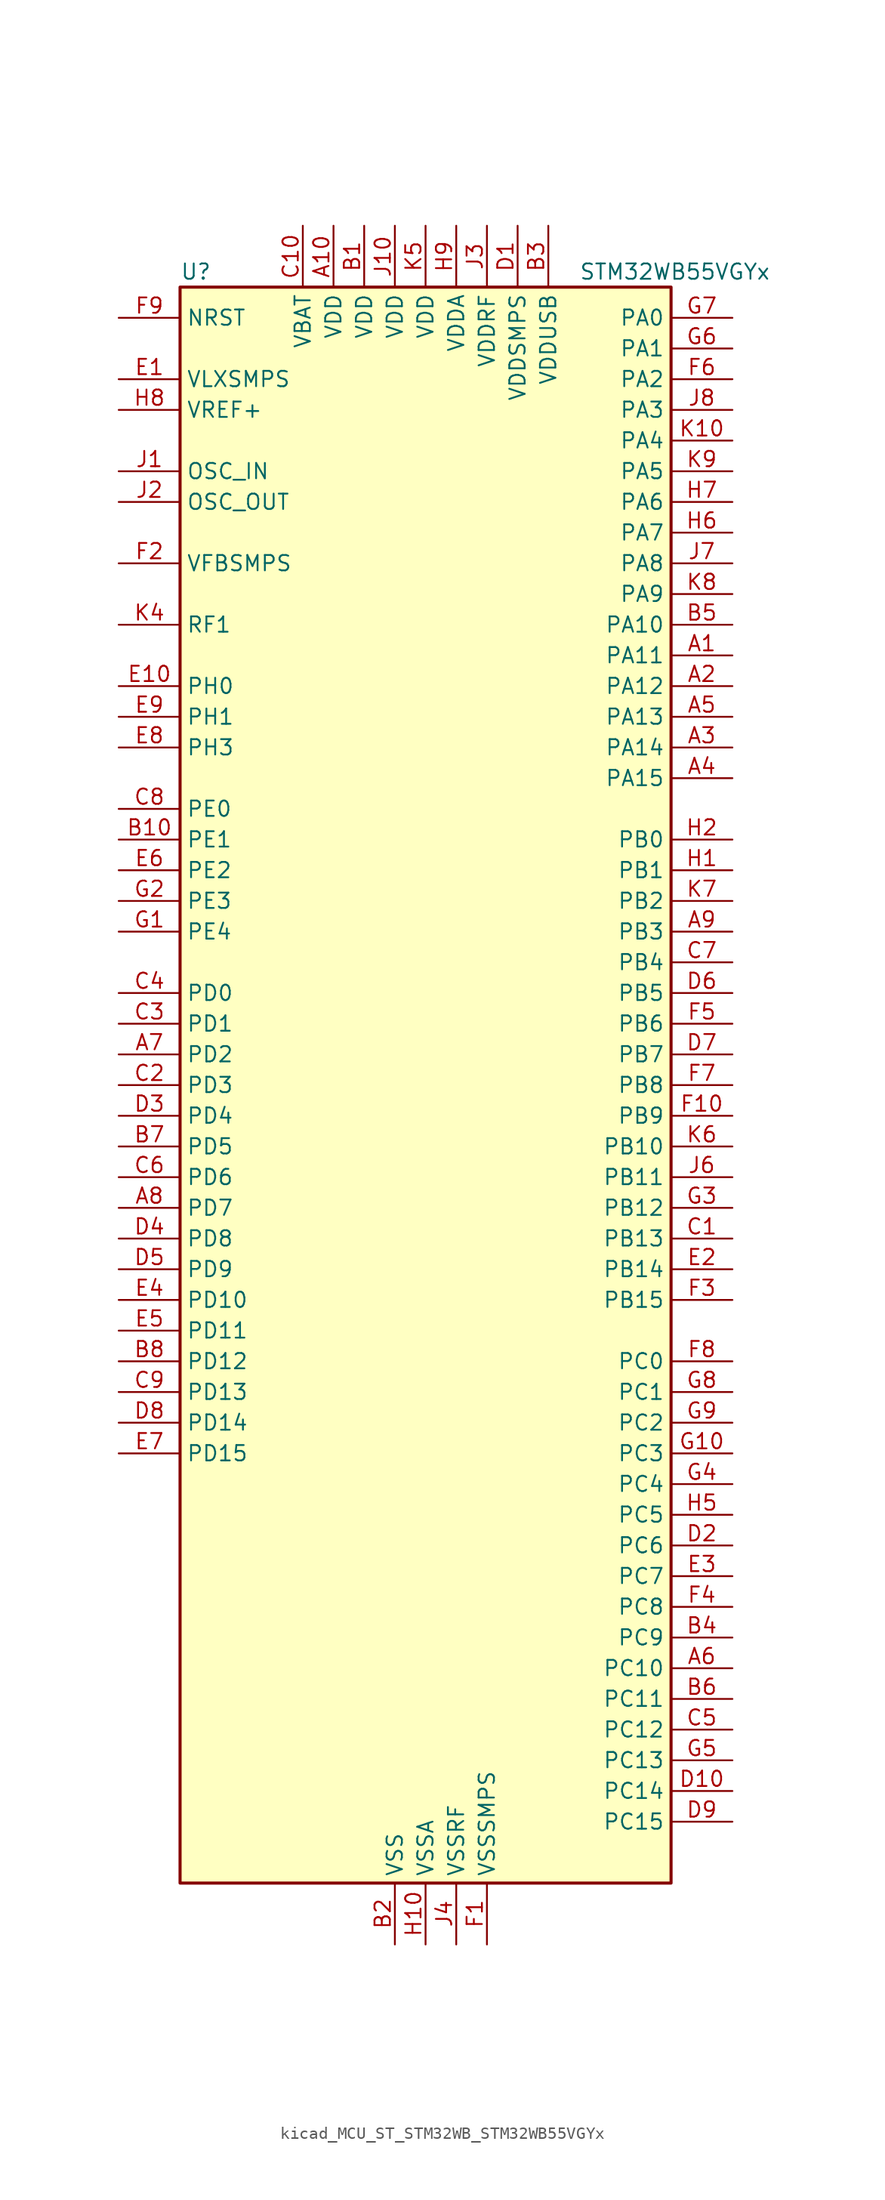
<source format=kicad_sym>
(kicad_symbol_lib
  (version 20220914)
  (generator kicad_symbol_editor)
  (symbol "kicad_MCU_ST_STM32WB_STM32WB55VGYx"
    (property "Reference" "U"
      (at -20.32 67.31 0)
      (effects (font (size 1.27 1.27)) (justify left)))
    (property "Value" "STM32WB55VGYx"
      (at 12.7 67.31 0)
      (effects (font (size 1.27 1.27)) (justify left)))
    (property "ki_locked" ""
      (at 0 0 0)
      (effects (font (size 1.27 1.27))))
    (symbol "kicad_MCU_ST_STM32WB_STM32WB55VGYx_0_1"
      (rectangle (start -20.32 -66.04) (end 20.32 66.04) (stroke (width 0.254) (type default)) (fill (type background))))
    (symbol "kicad_MCU_ST_STM32WB_STM32WB55VGYx_1_1"
      (pin bidirectional line (at 25.4 35.56 180) (length 5.08) (name "PA11" (effects (font (size 1.27 1.27)))) (number "A1" (effects (font (size 1.27 1.27)))) (alternate "ADC1_EXTI11" bidirectional line) (alternate "SPI1_MISO" bidirectional line) (alternate "TIM1_BKIN2" bidirectional line) (alternate "TIM1_CH4" bidirectional line) (alternate "USART1_CTS" bidirectional line) (alternate "USART1_NSS" bidirectional line) (alternate "USB_DM" bidirectional line))
      (pin power_in line (at -7.62 71.12 270) (length 5.08) (name "VDD" (effects (font (size 1.27 1.27)))) (number "A10" (effects (font (size 1.27 1.27)))))
      (pin bidirectional line (at 25.4 33.02 180) (length 5.08) (name "PA12" (effects (font (size 1.27 1.27)))) (number "A2" (effects (font (size 1.27 1.27)))) (alternate "LPUART1_RX" bidirectional line) (alternate "SPI1_MOSI" bidirectional line) (alternate "TIM1_ETR" bidirectional line) (alternate "USART1_DE" bidirectional line) (alternate "USART1_RTS" bidirectional line) (alternate "USB_DP" bidirectional line))
      (pin bidirectional line (at 25.4 27.94 180) (length 5.08) (name "PA14" (effects (font (size 1.27 1.27)))) (number "A3" (effects (font (size 1.27 1.27)))) (alternate "I2C1_SMBA" bidirectional line) (alternate "LCD_SEG5" bidirectional line) (alternate "LPTIM1_OUT" bidirectional line) (alternate "SAI1_FS_B" bidirectional line) (alternate "SYS_JTCK-SWCLK" bidirectional line))
      (pin bidirectional line (at 25.4 25.4 180) (length 5.08) (name "PA15" (effects (font (size 1.27 1.27)))) (number "A4" (effects (font (size 1.27 1.27)))) (alternate "ADC1_EXTI15" bidirectional line) (alternate "LCD_SEG17" bidirectional line) (alternate "RCC_MCO" bidirectional line) (alternate "SPI1_NSS" bidirectional line) (alternate "SYS_JTDI" bidirectional line) (alternate "TIM2_CH1" bidirectional line) (alternate "TIM2_ETR" bidirectional line) (alternate "TSC_G3_IO1" bidirectional line))
      (pin bidirectional line (at 25.4 30.48 180) (length 5.08) (name "PA13" (effects (font (size 1.27 1.27)))) (number "A5" (effects (font (size 1.27 1.27)))) (alternate "IR_OUT" bidirectional line) (alternate "SAI1_SD_B" bidirectional line) (alternate "SYS_JTMS-SWDIO" bidirectional line) (alternate "USB_NOE" bidirectional line))
      (pin bidirectional line (at 25.4 -48.26 180) (length 5.08) (name "PC10" (effects (font (size 1.27 1.27)))) (number "A6" (effects (font (size 1.27 1.27)))) (alternate "LCD_COM4" bidirectional line) (alternate "LCD_SEG28" bidirectional line) (alternate "LCD_SEG40" bidirectional line) (alternate "SYS_TRACED1" bidirectional line) (alternate "TSC_G3_IO2" bidirectional line))
      (pin bidirectional line (at -25.4 2.54 0) (length 5.08) (name "PD2" (effects (font (size 1.27 1.27)))) (number "A7" (effects (font (size 1.27 1.27)))) (alternate "LCD_COM7" bidirectional line) (alternate "LCD_SEG31" bidirectional line) (alternate "LCD_SEG43" bidirectional line) (alternate "SYS_TRACED2" bidirectional line) (alternate "TSC_SYNC" bidirectional line))
      (pin bidirectional line (at -25.4 -10.16 0) (length 5.08) (name "PD7" (effects (font (size 1.27 1.27)))) (number "A8" (effects (font (size 1.27 1.27)))) (alternate "LCD_SEG39" bidirectional line) (alternate "QUADSPI_BK1_IO3" bidirectional line) (alternate "TSC_G5_IO4" bidirectional line))
      (pin bidirectional line (at 25.4 12.7 180) (length 5.08) (name "PB3" (effects (font (size 1.27 1.27)))) (number "A9" (effects (font (size 1.27 1.27)))) (alternate "COMP2_INM" bidirectional line) (alternate "LCD_SEG7" bidirectional line) (alternate "SAI1_SCK_B" bidirectional line) (alternate "SPI1_SCK" bidirectional line) (alternate "SYS_JTDO-SWO" bidirectional line) (alternate "TIM2_CH2" bidirectional line) (alternate "USART1_DE" bidirectional line) (alternate "USART1_RTS" bidirectional line))
      (pin power_in line (at -5.08 71.12 270) (length 5.08) (name "VDD" (effects (font (size 1.27 1.27)))) (number "B1" (effects (font (size 1.27 1.27)))))
      (pin bidirectional line (at -25.4 20.32 0) (length 5.08) (name "PE1" (effects (font (size 1.27 1.27)))) (number "B10" (effects (font (size 1.27 1.27)))) (alternate "LCD_SEG37" bidirectional line) (alternate "TIM17_CH1" bidirectional line) (alternate "TSC_G7_IO2" bidirectional line))
      (pin power_in line (at -2.54 -71.12 90) (length 5.08) (name "VSS" (effects (font (size 1.27 1.27)))) (number "B2" (effects (font (size 1.27 1.27)))))
      (pin power_in line (at 10.16 71.12 270) (length 5.08) (name "VDDUSB" (effects (font (size 1.27 1.27)))) (number "B3" (effects (font (size 1.27 1.27)))))
      (pin bidirectional line (at 25.4 -45.72 180) (length 5.08) (name "PC9" (effects (font (size 1.27 1.27)))) (number "B4" (effects (font (size 1.27 1.27)))) (alternate "LCD_SEG27" bidirectional line) (alternate "SAI1_SCK_B" bidirectional line) (alternate "TIM1_BKIN" bidirectional line) (alternate "TSC_G4_IO4" bidirectional line) (alternate "USB_NOE" bidirectional line))
      (pin bidirectional line (at 25.4 38.1 180) (length 5.08) (name "PA10" (effects (font (size 1.27 1.27)))) (number "B5" (effects (font (size 1.27 1.27)))) (alternate "CRS_SYNC" bidirectional line) (alternate "I2C1_SDA" bidirectional line) (alternate "LCD_COM2" bidirectional line) (alternate "SAI1_D1" bidirectional line) (alternate "SAI1_SD_A" bidirectional line) (alternate "TIM17_BKIN" bidirectional line) (alternate "TIM1_CH3" bidirectional line) (alternate "USART1_RX" bidirectional line))
      (pin bidirectional line (at 25.4 -50.8 180) (length 5.08) (name "PC11" (effects (font (size 1.27 1.27)))) (number "B6" (effects (font (size 1.27 1.27)))) (alternate "ADC1_EXTI11" bidirectional line) (alternate "LCD_COM5" bidirectional line) (alternate "LCD_SEG29" bidirectional line) (alternate "LCD_SEG41" bidirectional line) (alternate "TSC_G3_IO3" bidirectional line))
      (pin bidirectional line (at -25.4 -5.08 0) (length 5.08) (name "PD5" (effects (font (size 1.27 1.27)))) (number "B7" (effects (font (size 1.27 1.27)))) (alternate "QUADSPI_BK1_IO1" bidirectional line) (alternate "SAI1_MCLK_B" bidirectional line) (alternate "TSC_G5_IO2" bidirectional line))
      (pin bidirectional line (at -25.4 -22.86 0) (length 5.08) (name "PD12" (effects (font (size 1.27 1.27)))) (number "B8" (effects (font (size 1.27 1.27)))) (alternate "LCD_SEG32" bidirectional line) (alternate "LPTIM2_IN1" bidirectional line) (alternate "TSC_G6_IO3" bidirectional line))
      (pin passive line (at -2.54 -71.12 90) (length 5.08) hide (name "VSS" (effects (font (size 1.27 1.27)))) (number "B9" (effects (font (size 1.27 1.27)))))
      (pin bidirectional line (at 25.4 -12.7 180) (length 5.08) (name "PB13" (effects (font (size 1.27 1.27)))) (number "C1" (effects (font (size 1.27 1.27)))) (alternate "I2C3_SCL" bidirectional line) (alternate "LCD_SEG13" bidirectional line) (alternate "LPUART1_CTS" bidirectional line) (alternate "SAI1_SCK_A" bidirectional line) (alternate "SPI2_SCK" bidirectional line) (alternate "TIM1_CH1N" bidirectional line) (alternate "TSC_G1_IO2" bidirectional line))
      (pin power_in line (at -10.16 71.12 270) (length 5.08) (name "VBAT" (effects (font (size 1.27 1.27)))) (number "C10" (effects (font (size 1.27 1.27)))))
      (pin bidirectional line (at -25.4 0 0) (length 5.08) (name "PD3" (effects (font (size 1.27 1.27)))) (number "C2" (effects (font (size 1.27 1.27)))) (alternate "QUADSPI_BK1_NCS" bidirectional line) (alternate "SPI2_MISO" bidirectional line) (alternate "SPI2_SCK" bidirectional line))
      (pin bidirectional line (at -25.4 5.08 0) (length 5.08) (name "PD1" (effects (font (size 1.27 1.27)))) (number "C3" (effects (font (size 1.27 1.27)))) (alternate "SPI2_SCK" bidirectional line))
      (pin bidirectional line (at -25.4 7.62 0) (length 5.08) (name "PD0" (effects (font (size 1.27 1.27)))) (number "C4" (effects (font (size 1.27 1.27)))) (alternate "SPI2_NSS" bidirectional line))
      (pin bidirectional line (at 25.4 -53.34 180) (length 5.08) (name "PC12" (effects (font (size 1.27 1.27)))) (number "C5" (effects (font (size 1.27 1.27)))) (alternate "LCD_COM6" bidirectional line) (alternate "LCD_SEG30" bidirectional line) (alternate "LCD_SEG42" bidirectional line) (alternate "RCC_LSCO" bidirectional line) (alternate "RTC_TAMP3" bidirectional line) (alternate "SYS_TRACED3" bidirectional line) (alternate "SYS_WKUP3" bidirectional line) (alternate "TSC_G3_IO4" bidirectional line))
      (pin bidirectional line (at -25.4 -7.62 0) (length 5.08) (name "PD6" (effects (font (size 1.27 1.27)))) (number "C6" (effects (font (size 1.27 1.27)))) (alternate "QUADSPI_BK1_IO2" bidirectional line) (alternate "SAI1_D1" bidirectional line) (alternate "SAI1_SD_A" bidirectional line) (alternate "TSC_G5_IO3" bidirectional line))
      (pin bidirectional line (at 25.4 10.16 180) (length 5.08) (name "PB4" (effects (font (size 1.27 1.27)))) (number "C7" (effects (font (size 1.27 1.27)))) (alternate "COMP2_INP" bidirectional line) (alternate "I2C3_SDA" bidirectional line) (alternate "LCD_SEG8" bidirectional line) (alternate "SAI1_MCLK_B" bidirectional line) (alternate "SPI1_MISO" bidirectional line) (alternate "SYS_JTRST" bidirectional line) (alternate "TIM17_BKIN" bidirectional line) (alternate "TSC_G2_IO1" bidirectional line) (alternate "USART1_CTS" bidirectional line) (alternate "USART1_NSS" bidirectional line))
      (pin bidirectional line (at -25.4 22.86 0) (length 5.08) (name "PE0" (effects (font (size 1.27 1.27)))) (number "C8" (effects (font (size 1.27 1.27)))) (alternate "LCD_SEG36" bidirectional line) (alternate "TIM16_CH1" bidirectional line) (alternate "TIM1_ETR" bidirectional line) (alternate "TSC_G7_IO3" bidirectional line))
      (pin bidirectional line (at -25.4 -25.4 0) (length 5.08) (name "PD13" (effects (font (size 1.27 1.27)))) (number "C9" (effects (font (size 1.27 1.27)))) (alternate "LCD_SEG33" bidirectional line) (alternate "LPTIM2_OUT" bidirectional line) (alternate "TSC_G6_IO4" bidirectional line))
      (pin power_in line (at 7.62 71.12 270) (length 5.08) (name "VDDSMPS" (effects (font (size 1.27 1.27)))) (number "D1" (effects (font (size 1.27 1.27)))))
      (pin bidirectional line (at 25.4 -58.42 180) (length 5.08) (name "PC14" (effects (font (size 1.27 1.27)))) (number "D10" (effects (font (size 1.27 1.27)))) (alternate "RCC_OSC32_IN" bidirectional line))
      (pin bidirectional line (at 25.4 -38.1 180) (length 5.08) (name "PC6" (effects (font (size 1.27 1.27)))) (number "D2" (effects (font (size 1.27 1.27)))) (alternate "LCD_SEG24" bidirectional line) (alternate "TSC_G4_IO1" bidirectional line))
      (pin bidirectional line (at -25.4 -2.54 0) (length 5.08) (name "PD4" (effects (font (size 1.27 1.27)))) (number "D3" (effects (font (size 1.27 1.27)))) (alternate "QUADSPI_BK1_IO0" bidirectional line) (alternate "SPI2_MOSI" bidirectional line) (alternate "TSC_G5_IO1" bidirectional line))
      (pin bidirectional line (at -25.4 -12.7 0) (length 5.08) (name "PD8" (effects (font (size 1.27 1.27)))) (number "D4" (effects (font (size 1.27 1.27)))) (alternate "LCD_SEG28" bidirectional line) (alternate "TIM1_BKIN2" bidirectional line))
      (pin bidirectional line (at -25.4 -15.24 0) (length 5.08) (name "PD9" (effects (font (size 1.27 1.27)))) (number "D5" (effects (font (size 1.27 1.27)))) (alternate "LCD_SEG29" bidirectional line) (alternate "SYS_TRACED0" bidirectional line))
      (pin bidirectional line (at 25.4 7.62 180) (length 5.08) (name "PB5" (effects (font (size 1.27 1.27)))) (number "D6" (effects (font (size 1.27 1.27)))) (alternate "COMP2_OUT" bidirectional line) (alternate "I2C1_SMBA" bidirectional line) (alternate "LCD_SEG9" bidirectional line) (alternate "LPTIM1_IN1" bidirectional line) (alternate "LPUART1_TX" bidirectional line) (alternate "SAI1_SD_B" bidirectional line) (alternate "SPI1_MOSI" bidirectional line) (alternate "TIM16_BKIN" bidirectional line) (alternate "TSC_G2_IO2" bidirectional line) (alternate "USART1_CK" bidirectional line))
      (pin bidirectional line (at 25.4 2.54 180) (length 5.08) (name "PB7" (effects (font (size 1.27 1.27)))) (number "D7" (effects (font (size 1.27 1.27)))) (alternate "COMP2_INM" bidirectional line) (alternate "I2C1_SDA" bidirectional line) (alternate "LCD_SEG21" bidirectional line) (alternate "LPTIM1_IN2" bidirectional line) (alternate "SYS_PVD_IN" bidirectional line) (alternate "TIM17_CH1N" bidirectional line) (alternate "TIM1_BKIN" bidirectional line) (alternate "TSC_G2_IO4" bidirectional line) (alternate "USART1_RX" bidirectional line))
      (pin bidirectional line (at -25.4 -27.94 0) (length 5.08) (name "PD14" (effects (font (size 1.27 1.27)))) (number "D8" (effects (font (size 1.27 1.27)))) (alternate "LCD_SEG34" bidirectional line) (alternate "TIM1_CH1" bidirectional line))
      (pin bidirectional line (at 25.4 -60.96 180) (length 5.08) (name "PC15" (effects (font (size 1.27 1.27)))) (number "D9" (effects (font (size 1.27 1.27)))) (alternate "ADC1_EXTI15" bidirectional line) (alternate "RCC_OSC32_OUT" bidirectional line))
      (pin power_in line (at -25.4 58.42 0) (length 5.08) (name "VLXSMPS" (effects (font (size 1.27 1.27)))) (number "E1" (effects (font (size 1.27 1.27)))))
      (pin bidirectional line (at -25.4 33.02 0) (length 5.08) (name "PH0" (effects (font (size 1.27 1.27)))) (number "E10" (effects (font (size 1.27 1.27)))))
      (pin bidirectional line (at 25.4 -15.24 180) (length 5.08) (name "PB14" (effects (font (size 1.27 1.27)))) (number "E2" (effects (font (size 1.27 1.27)))) (alternate "I2C3_SDA" bidirectional line) (alternate "LCD_SEG14" bidirectional line) (alternate "SAI1_MCLK_A" bidirectional line) (alternate "SPI2_MISO" bidirectional line) (alternate "TIM1_CH2N" bidirectional line) (alternate "TSC_G1_IO3" bidirectional line))
      (pin bidirectional line (at 25.4 -40.64 180) (length 5.08) (name "PC7" (effects (font (size 1.27 1.27)))) (number "E3" (effects (font (size 1.27 1.27)))) (alternate "LCD_SEG25" bidirectional line) (alternate "TSC_G4_IO2" bidirectional line))
      (pin bidirectional line (at -25.4 -17.78 0) (length 5.08) (name "PD10" (effects (font (size 1.27 1.27)))) (number "E4" (effects (font (size 1.27 1.27)))) (alternate "LCD_SEG30" bidirectional line) (alternate "SYS_TRIG_INOUT" bidirectional line) (alternate "TSC_G6_IO1" bidirectional line))
      (pin bidirectional line (at -25.4 -20.32 0) (length 5.08) (name "PD11" (effects (font (size 1.27 1.27)))) (number "E5" (effects (font (size 1.27 1.27)))) (alternate "ADC1_EXTI11" bidirectional line) (alternate "LCD_SEG31" bidirectional line) (alternate "LPTIM2_ETR" bidirectional line) (alternate "TSC_G6_IO2" bidirectional line))
      (pin bidirectional line (at -25.4 17.78 0) (length 5.08) (name "PE2" (effects (font (size 1.27 1.27)))) (number "E6" (effects (font (size 1.27 1.27)))) (alternate "LCD_SEG38" bidirectional line) (alternate "SAI1_CK1" bidirectional line) (alternate "SAI1_MCLK_A" bidirectional line) (alternate "SYS_TRACECLK" bidirectional line) (alternate "TSC_G7_IO1" bidirectional line))
      (pin bidirectional line (at -25.4 -30.48 0) (length 5.08) (name "PD15" (effects (font (size 1.27 1.27)))) (number "E7" (effects (font (size 1.27 1.27)))) (alternate "ADC1_EXTI15" bidirectional line) (alternate "LCD_SEG35" bidirectional line) (alternate "TIM1_CH2" bidirectional line))
      (pin bidirectional line (at -25.4 27.94 0) (length 5.08) (name "PH3" (effects (font (size 1.27 1.27)))) (number "E8" (effects (font (size 1.27 1.27)))) (alternate "RCC_LSCO" bidirectional line))
      (pin bidirectional line (at -25.4 30.48 0) (length 5.08) (name "PH1" (effects (font (size 1.27 1.27)))) (number "E9" (effects (font (size 1.27 1.27)))))
      (pin power_in line (at 5.08 -71.12 90) (length 5.08) (name "VSSSMPS" (effects (font (size 1.27 1.27)))) (number "F1" (effects (font (size 1.27 1.27)))))
      (pin bidirectional line (at 25.4 -2.54 180) (length 5.08) (name "PB9" (effects (font (size 1.27 1.27)))) (number "F10" (effects (font (size 1.27 1.27)))) (alternate "I2C1_SDA" bidirectional line) (alternate "IR_OUT" bidirectional line) (alternate "LCD_COM3" bidirectional line) (alternate "QUADSPI_BK1_IO0" bidirectional line) (alternate "SAI1_D2" bidirectional line) (alternate "SAI1_FS_A" bidirectional line) (alternate "SPI2_NSS" bidirectional line) (alternate "TIM17_CH1" bidirectional line) (alternate "TIM1_CH3N" bidirectional line) (alternate "TSC_G7_IO4" bidirectional line))
      (pin input line (at -25.4 43.18 0) (length 5.08) (name "VFBSMPS" (effects (font (size 1.27 1.27)))) (number "F2" (effects (font (size 1.27 1.27)))))
      (pin bidirectional line (at 25.4 -17.78 180) (length 5.08) (name "PB15" (effects (font (size 1.27 1.27)))) (number "F3" (effects (font (size 1.27 1.27)))) (alternate "ADC1_EXTI15" bidirectional line) (alternate "LCD_SEG15" bidirectional line) (alternate "RTC_REFIN" bidirectional line) (alternate "SAI1_SD_A" bidirectional line) (alternate "SPI2_MOSI" bidirectional line) (alternate "TIM1_CH3N" bidirectional line) (alternate "TSC_G1_IO4" bidirectional line))
      (pin bidirectional line (at 25.4 -43.18 180) (length 5.08) (name "PC8" (effects (font (size 1.27 1.27)))) (number "F4" (effects (font (size 1.27 1.27)))) (alternate "LCD_SEG26" bidirectional line) (alternate "TSC_G4_IO3" bidirectional line))
      (pin bidirectional line (at 25.4 5.08 180) (length 5.08) (name "PB6" (effects (font (size 1.27 1.27)))) (number "F5" (effects (font (size 1.27 1.27)))) (alternate "COMP2_INP" bidirectional line) (alternate "I2C1_SCL" bidirectional line) (alternate "LCD_SEG6" bidirectional line) (alternate "LPTIM1_ETR" bidirectional line) (alternate "RCC_MCO" bidirectional line) (alternate "SAI1_FS_B" bidirectional line) (alternate "TIM16_CH1N" bidirectional line) (alternate "TSC_G2_IO3" bidirectional line) (alternate "USART1_TX" bidirectional line))
      (pin bidirectional line (at 25.4 58.42 180) (length 5.08) (name "PA2" (effects (font (size 1.27 1.27)))) (number "F6" (effects (font (size 1.27 1.27)))) (alternate "ADC1_IN7" bidirectional line) (alternate "COMP2_INM" bidirectional line) (alternate "COMP2_OUT" bidirectional line) (alternate "LCD_SEG1" bidirectional line) (alternate "LPUART1_TX" bidirectional line) (alternate "QUADSPI_BK1_NCS" bidirectional line) (alternate "RCC_LSCO" bidirectional line) (alternate "SYS_WKUP4" bidirectional line) (alternate "TIM2_CH3" bidirectional line))
      (pin bidirectional line (at 25.4 0 180) (length 5.08) (name "PB8" (effects (font (size 1.27 1.27)))) (number "F7" (effects (font (size 1.27 1.27)))) (alternate "I2C1_SCL" bidirectional line) (alternate "LCD_SEG16" bidirectional line) (alternate "QUADSPI_BK1_IO1" bidirectional line) (alternate "SAI1_CK1" bidirectional line) (alternate "SAI1_MCLK_A" bidirectional line) (alternate "TIM16_CH1" bidirectional line) (alternate "TIM1_CH2N" bidirectional line))
      (pin bidirectional line (at 25.4 -22.86 180) (length 5.08) (name "PC0" (effects (font (size 1.27 1.27)))) (number "F8" (effects (font (size 1.27 1.27)))) (alternate "ADC1_IN1" bidirectional line) (alternate "I2C3_SCL" bidirectional line) (alternate "LCD_SEG18" bidirectional line) (alternate "LPTIM1_IN1" bidirectional line) (alternate "LPTIM2_IN1" bidirectional line) (alternate "LPUART1_RX" bidirectional line))
      (pin input line (at -25.4 63.5 0) (length 5.08) (name "NRST" (effects (font (size 1.27 1.27)))) (number "F9" (effects (font (size 1.27 1.27)))))
      (pin bidirectional line (at -25.4 12.7 0) (length 5.08) (name "PE4" (effects (font (size 1.27 1.27)))) (number "G1" (effects (font (size 1.27 1.27)))))
      (pin bidirectional line (at 25.4 -30.48 180) (length 5.08) (name "PC3" (effects (font (size 1.27 1.27)))) (number "G10" (effects (font (size 1.27 1.27)))) (alternate "ADC1_IN4" bidirectional line) (alternate "LCD_VLCD" bidirectional line) (alternate "LPTIM1_ETR" bidirectional line) (alternate "LPTIM2_ETR" bidirectional line) (alternate "SAI1_D1" bidirectional line) (alternate "SAI1_SD_A" bidirectional line) (alternate "SPI2_MOSI" bidirectional line))
      (pin bidirectional line (at -25.4 15.24 0) (length 5.08) (name "PE3" (effects (font (size 1.27 1.27)))) (number "G2" (effects (font (size 1.27 1.27)))))
      (pin bidirectional line (at 25.4 -10.16 180) (length 5.08) (name "PB12" (effects (font (size 1.27 1.27)))) (number "G3" (effects (font (size 1.27 1.27)))) (alternate "I2C3_SMBA" bidirectional line) (alternate "LCD_SEG12" bidirectional line) (alternate "LPUART1_DE" bidirectional line) (alternate "LPUART1_RTS" bidirectional line) (alternate "SAI1_FS_A" bidirectional line) (alternate "SPI2_NSS" bidirectional line) (alternate "TIM1_BKIN" bidirectional line) (alternate "TSC_G1_IO1" bidirectional line))
      (pin bidirectional line (at 25.4 -33.02 180) (length 5.08) (name "PC4" (effects (font (size 1.27 1.27)))) (number "G4" (effects (font (size 1.27 1.27)))) (alternate "ADC1_IN13" bidirectional line) (alternate "COMP1_INM" bidirectional line) (alternate "LCD_SEG22" bidirectional line))
      (pin bidirectional line (at 25.4 -55.88 180) (length 5.08) (name "PC13" (effects (font (size 1.27 1.27)))) (number "G5" (effects (font (size 1.27 1.27)))) (alternate "RTC_OUT1" bidirectional line) (alternate "RTC_TAMP1" bidirectional line) (alternate "RTC_TS" bidirectional line) (alternate "SYS_WKUP2" bidirectional line))
      (pin bidirectional line (at 25.4 60.96 180) (length 5.08) (name "PA1" (effects (font (size 1.27 1.27)))) (number "G6" (effects (font (size 1.27 1.27)))) (alternate "ADC1_IN6" bidirectional line) (alternate "COMP1_INP" bidirectional line) (alternate "I2C1_SMBA" bidirectional line) (alternate "LCD_SEG0" bidirectional line) (alternate "SPI1_SCK" bidirectional line) (alternate "TIM2_CH2" bidirectional line))
      (pin bidirectional line (at 25.4 63.5 180) (length 5.08) (name "PA0" (effects (font (size 1.27 1.27)))) (number "G7" (effects (font (size 1.27 1.27)))) (alternate "ADC1_IN5" bidirectional line) (alternate "COMP1_INM" bidirectional line) (alternate "COMP1_OUT" bidirectional line) (alternate "RTC_TAMP2" bidirectional line) (alternate "SAI1_EXTCLK" bidirectional line) (alternate "SYS_WKUP1" bidirectional line) (alternate "TIM2_CH1" bidirectional line) (alternate "TIM2_ETR" bidirectional line))
      (pin bidirectional line (at 25.4 -25.4 180) (length 5.08) (name "PC1" (effects (font (size 1.27 1.27)))) (number "G8" (effects (font (size 1.27 1.27)))) (alternate "ADC1_IN2" bidirectional line) (alternate "I2C3_SDA" bidirectional line) (alternate "LCD_SEG19" bidirectional line) (alternate "LPTIM1_OUT" bidirectional line) (alternate "LPUART1_TX" bidirectional line) (alternate "SPI2_MOSI" bidirectional line))
      (pin bidirectional line (at 25.4 -27.94 180) (length 5.08) (name "PC2" (effects (font (size 1.27 1.27)))) (number "G9" (effects (font (size 1.27 1.27)))) (alternate "ADC1_IN3" bidirectional line) (alternate "LCD_SEG20" bidirectional line) (alternate "LPTIM1_IN2" bidirectional line) (alternate "SPI2_MISO" bidirectional line))
      (pin bidirectional line (at 25.4 17.78 180) (length 5.08) (name "PB1" (effects (font (size 1.27 1.27)))) (number "H1" (effects (font (size 1.27 1.27)))) (alternate "LPTIM2_IN1" bidirectional line) (alternate "LPUART1_DE" bidirectional line) (alternate "LPUART1_RTS" bidirectional line))
      (pin power_in line (at 0 -71.12 90) (length 5.08) (name "VSSA" (effects (font (size 1.27 1.27)))) (number "H10" (effects (font (size 1.27 1.27)))))
      (pin bidirectional line (at 25.4 20.32 180) (length 5.08) (name "PB0" (effects (font (size 1.27 1.27)))) (number "H2" (effects (font (size 1.27 1.27)))) (alternate "COMP1_OUT" bidirectional line) (alternate "RF_TX_MOD_EXT_PA" bidirectional line))
      (pin no_connect line (at -20.32 -66.04 0) (length 5.08) hide (name "AT0" (effects (font (size 1.27 1.27)))) (number "H3" (effects (font (size 1.27 1.27)))))
      (pin no_connect line (at -20.32 -63.5 0) (length 5.08) hide (name "AT1" (effects (font (size 1.27 1.27)))) (number "H4" (effects (font (size 1.27 1.27)))))
      (pin bidirectional line (at 25.4 -35.56 180) (length 5.08) (name "PC5" (effects (font (size 1.27 1.27)))) (number "H5" (effects (font (size 1.27 1.27)))) (alternate "ADC1_IN14" bidirectional line) (alternate "COMP1_INP" bidirectional line) (alternate "LCD_SEG23" bidirectional line) (alternate "SAI1_D3" bidirectional line) (alternate "SYS_WKUP5" bidirectional line))
      (pin bidirectional line (at 25.4 45.72 180) (length 5.08) (name "PA7" (effects (font (size 1.27 1.27)))) (number "H6" (effects (font (size 1.27 1.27)))) (alternate "ADC1_IN12" bidirectional line) (alternate "COMP2_OUT" bidirectional line) (alternate "I2C3_SCL" bidirectional line) (alternate "LCD_SEG4" bidirectional line) (alternate "QUADSPI_BK1_IO2" bidirectional line) (alternate "SPI1_MOSI" bidirectional line) (alternate "TIM17_CH1" bidirectional line) (alternate "TIM1_CH1N" bidirectional line))
      (pin bidirectional line (at 25.4 48.26 180) (length 5.08) (name "PA6" (effects (font (size 1.27 1.27)))) (number "H7" (effects (font (size 1.27 1.27)))) (alternate "ADC1_IN11" bidirectional line) (alternate "LCD_SEG3" bidirectional line) (alternate "LPUART1_CTS" bidirectional line) (alternate "QUADSPI_BK1_IO3" bidirectional line) (alternate "SPI1_MISO" bidirectional line) (alternate "TIM16_CH1" bidirectional line) (alternate "TIM1_BKIN" bidirectional line))
      (pin input line (at -25.4 55.88 0) (length 5.08) (name "VREF+" (effects (font (size 1.27 1.27)))) (number "H8" (effects (font (size 1.27 1.27)))) (alternate "VREFBUF_OUT" bidirectional line))
      (pin power_in line (at 2.54 71.12 270) (length 5.08) (name "VDDA" (effects (font (size 1.27 1.27)))) (number "H9" (effects (font (size 1.27 1.27)))))
      (pin input line (at -25.4 50.8 0) (length 5.08) (name "OSC_IN" (effects (font (size 1.27 1.27)))) (number "J1" (effects (font (size 1.27 1.27)))) (alternate "RCC_OSC_IN" bidirectional line))
      (pin power_in line (at -2.54 71.12 270) (length 5.08) (name "VDD" (effects (font (size 1.27 1.27)))) (number "J10" (effects (font (size 1.27 1.27)))))
      (pin input line (at -25.4 48.26 0) (length 5.08) (name "OSC_OUT" (effects (font (size 1.27 1.27)))) (number "J2" (effects (font (size 1.27 1.27)))) (alternate "RCC_OSC_OUT" bidirectional line))
      (pin power_in line (at 5.08 71.12 270) (length 5.08) (name "VDDRF" (effects (font (size 1.27 1.27)))) (number "J3" (effects (font (size 1.27 1.27)))))
      (pin power_in line (at 2.54 -71.12 90) (length 5.08) (name "VSSRF" (effects (font (size 1.27 1.27)))) (number "J4" (effects (font (size 1.27 1.27)))))
      (pin passive line (at -2.54 -71.12 90) (length 5.08) hide (name "VSS" (effects (font (size 1.27 1.27)))) (number "J5" (effects (font (size 1.27 1.27)))))
      (pin bidirectional line (at 25.4 -7.62 180) (length 5.08) (name "PB11" (effects (font (size 1.27 1.27)))) (number "J6" (effects (font (size 1.27 1.27)))) (alternate "ADC1_EXTI11" bidirectional line) (alternate "COMP2_OUT" bidirectional line) (alternate "I2C3_SDA" bidirectional line) (alternate "LCD_SEG11" bidirectional line) (alternate "LPUART1_TX" bidirectional line) (alternate "QUADSPI_BK1_NCS" bidirectional line) (alternate "TIM2_CH4" bidirectional line))
      (pin bidirectional line (at 25.4 43.18 180) (length 5.08) (name "PA8" (effects (font (size 1.27 1.27)))) (number "J7" (effects (font (size 1.27 1.27)))) (alternate "ADC1_IN15" bidirectional line) (alternate "LCD_COM0" bidirectional line) (alternate "LPTIM2_OUT" bidirectional line) (alternate "RCC_MCO" bidirectional line) (alternate "SAI1_CK2" bidirectional line) (alternate "SAI1_SCK_A" bidirectional line) (alternate "TIM1_CH1" bidirectional line) (alternate "USART1_CK" bidirectional line))
      (pin bidirectional line (at 25.4 55.88 180) (length 5.08) (name "PA3" (effects (font (size 1.27 1.27)))) (number "J8" (effects (font (size 1.27 1.27)))) (alternate "ADC1_IN8" bidirectional line) (alternate "COMP2_INP" bidirectional line) (alternate "LCD_SEG2" bidirectional line) (alternate "LPUART1_RX" bidirectional line) (alternate "QUADSPI_CLK" bidirectional line) (alternate "SAI1_CK1" bidirectional line) (alternate "SAI1_MCLK_A" bidirectional line) (alternate "TIM2_CH4" bidirectional line))
      (pin passive line (at -2.54 -71.12 90) (length 5.08) hide (name "VSS" (effects (font (size 1.27 1.27)))) (number "J9" (effects (font (size 1.27 1.27)))))
      (pin passive line (at 2.54 -71.12 90) (length 5.08) hide (name "VSSRF" (effects (font (size 1.27 1.27)))) (number "K1" (effects (font (size 1.27 1.27)))))
      (pin bidirectional line (at 25.4 53.34 180) (length 5.08) (name "PA4" (effects (font (size 1.27 1.27)))) (number "K10" (effects (font (size 1.27 1.27)))) (alternate "ADC1_IN9" bidirectional line) (alternate "COMP1_INM" bidirectional line) (alternate "COMP2_INM" bidirectional line) (alternate "LCD_SEG5" bidirectional line) (alternate "LPTIM2_OUT" bidirectional line) (alternate "SAI1_FS_B" bidirectional line) (alternate "SPI1_NSS" bidirectional line))
      (pin passive line (at 2.54 -71.12 90) (length 5.08) hide (name "VSSRF" (effects (font (size 1.27 1.27)))) (number "K2" (effects (font (size 1.27 1.27)))))
      (pin passive line (at 2.54 -71.12 90) (length 5.08) hide (name "VSSRF" (effects (font (size 1.27 1.27)))) (number "K3" (effects (font (size 1.27 1.27)))))
      (pin bidirectional line (at -25.4 38.1 0) (length 5.08) (name "RF1" (effects (font (size 1.27 1.27)))) (number "K4" (effects (font (size 1.27 1.27)))) (alternate "RF_RF1" bidirectional line))
      (pin power_in line (at 0 71.12 270) (length 5.08) (name "VDD" (effects (font (size 1.27 1.27)))) (number "K5" (effects (font (size 1.27 1.27)))))
      (pin bidirectional line (at 25.4 -5.08 180) (length 5.08) (name "PB10" (effects (font (size 1.27 1.27)))) (number "K6" (effects (font (size 1.27 1.27)))) (alternate "COMP1_OUT" bidirectional line) (alternate "I2C3_SCL" bidirectional line) (alternate "LCD_SEG10" bidirectional line) (alternate "LPUART1_RX" bidirectional line) (alternate "QUADSPI_CLK" bidirectional line) (alternate "SAI1_SCK_A" bidirectional line) (alternate "SPI2_SCK" bidirectional line) (alternate "TIM2_CH3" bidirectional line) (alternate "TSC_SYNC" bidirectional line))
      (pin bidirectional line (at 25.4 15.24 180) (length 5.08) (name "PB2" (effects (font (size 1.27 1.27)))) (number "K7" (effects (font (size 1.27 1.27)))) (alternate "COMP1_INP" bidirectional line) (alternate "I2C3_SMBA" bidirectional line) (alternate "LCD_VLCD" bidirectional line) (alternate "LPTIM1_OUT" bidirectional line) (alternate "RTC_OUT2" bidirectional line) (alternate "SAI1_EXTCLK" bidirectional line) (alternate "SPI1_NSS" bidirectional line))
      (pin bidirectional line (at 25.4 40.64 180) (length 5.08) (name "PA9" (effects (font (size 1.27 1.27)))) (number "K8" (effects (font (size 1.27 1.27)))) (alternate "ADC1_IN16" bidirectional line) (alternate "COMP1_INM" bidirectional line) (alternate "I2C1_SCL" bidirectional line) (alternate "LCD_COM1" bidirectional line) (alternate "SAI1_D2" bidirectional line) (alternate "SAI1_FS_A" bidirectional line) (alternate "SPI2_SCK" bidirectional line) (alternate "TIM1_CH2" bidirectional line) (alternate "USART1_TX" bidirectional line))
      (pin bidirectional line (at 25.4 50.8 180) (length 5.08) (name "PA5" (effects (font (size 1.27 1.27)))) (number "K9" (effects (font (size 1.27 1.27)))) (alternate "ADC1_IN10" bidirectional line) (alternate "COMP1_INM" bidirectional line) (alternate "COMP2_INM" bidirectional line) (alternate "LPTIM2_ETR" bidirectional line) (alternate "SAI1_SD_B" bidirectional line) (alternate "SPI1_SCK" bidirectional line) (alternate "TIM2_CH1" bidirectional line) (alternate "TIM2_ETR" bidirectional line)))))
</source>
